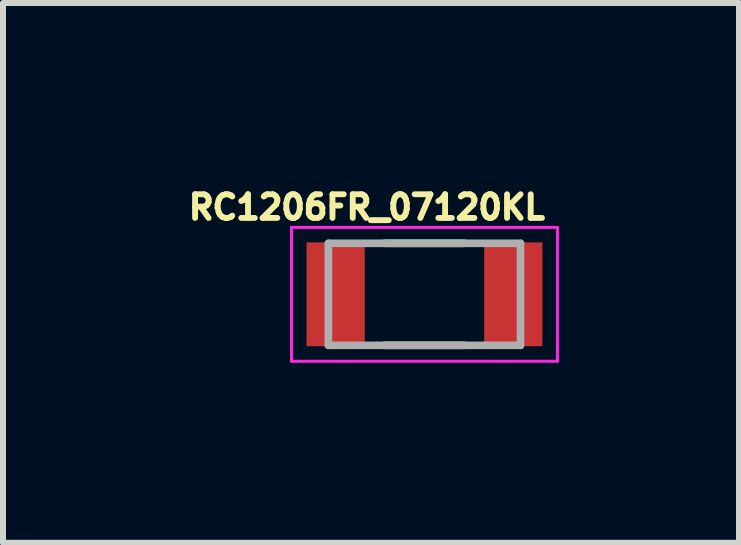
<source format=kicad_pcb>
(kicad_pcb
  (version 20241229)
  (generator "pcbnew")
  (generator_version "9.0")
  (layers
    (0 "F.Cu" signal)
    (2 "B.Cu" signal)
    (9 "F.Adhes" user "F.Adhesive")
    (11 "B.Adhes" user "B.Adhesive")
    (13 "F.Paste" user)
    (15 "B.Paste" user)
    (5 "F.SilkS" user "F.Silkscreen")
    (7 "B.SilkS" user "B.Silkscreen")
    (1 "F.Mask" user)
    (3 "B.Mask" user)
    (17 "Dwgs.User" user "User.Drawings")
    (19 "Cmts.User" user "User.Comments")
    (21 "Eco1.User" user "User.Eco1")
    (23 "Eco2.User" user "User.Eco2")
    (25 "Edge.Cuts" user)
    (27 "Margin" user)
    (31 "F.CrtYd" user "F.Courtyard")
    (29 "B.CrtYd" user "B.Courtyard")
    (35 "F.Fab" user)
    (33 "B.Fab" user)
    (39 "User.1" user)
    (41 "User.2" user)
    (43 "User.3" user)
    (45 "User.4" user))
  (footprint "RC1206FR_07120KL"
    (layer "F.Cu")
    (at 4.021 1.853)
    (property "Reference" "RC1206FR_07120KL" (at -0.96 -1.45 0) (layer "F.SilkS") (effects (font (size 0.394 0.394) (thickness 0.098))))
    (attr smd)
    (fp_line (start -0.67 -0.85) (end 0.67 -0.85) (stroke (width 0.127) (type solid)) (layer "F.SilkS"))
    (fp_line (start -0.67 0.85) (end 0.67 0.85) (stroke (width 0.127) (type solid)) (layer "F.SilkS"))
    (fp_line (start -2.215 -1.115) (end 2.215 -1.115) (stroke (width 0.05) (type solid)) (layer "F.CrtYd"))
    (fp_line (start -2.215 1.115) (end -2.215 -1.115) (stroke (width 0.05) (type solid)) (layer "F.CrtYd"))
    (fp_line (start -2.215 1.115) (end 2.215 1.115) (stroke (width 0.05) (type solid)) (layer "F.CrtYd"))
    (fp_line (start 2.215 1.115) (end 2.215 -1.115) (stroke (width 0.05) (type solid)) (layer "F.CrtYd"))
    (fp_line (start -1.6 0.85) (end -1.6 -0.85) (stroke (width 0.127) (type solid)) (layer "F.Fab"))
    (fp_line (start 1.6 -0.85) (end -1.6 -0.85) (stroke (width 0.127) (type solid)) (layer "F.Fab"))
    (fp_line (start 1.6 0.85) (end -1.6 0.85) (stroke (width 0.127) (type solid)) (layer "F.Fab"))
    (fp_line (start 1.6 0.85) (end 1.6 -0.85) (stroke (width 0.127) (type solid)) (layer "F.Fab"))
    (pad "1" smd rect (at -1.48 0) (size 0.97 1.73) (layers "F.Cu" "F.Mask" "F.Paste"))
    (pad "2" smd rect (at 1.48 0) (size 0.97 1.73) (layers "F.Cu" "F.Mask" "F.Paste")))
  (gr_rect
    (start -3 -3)
    (end 9.261 5.993)
    (stroke (width 0.1) (type default))
    (fill no)
    (layer "Edge.Cuts")))
</source>
